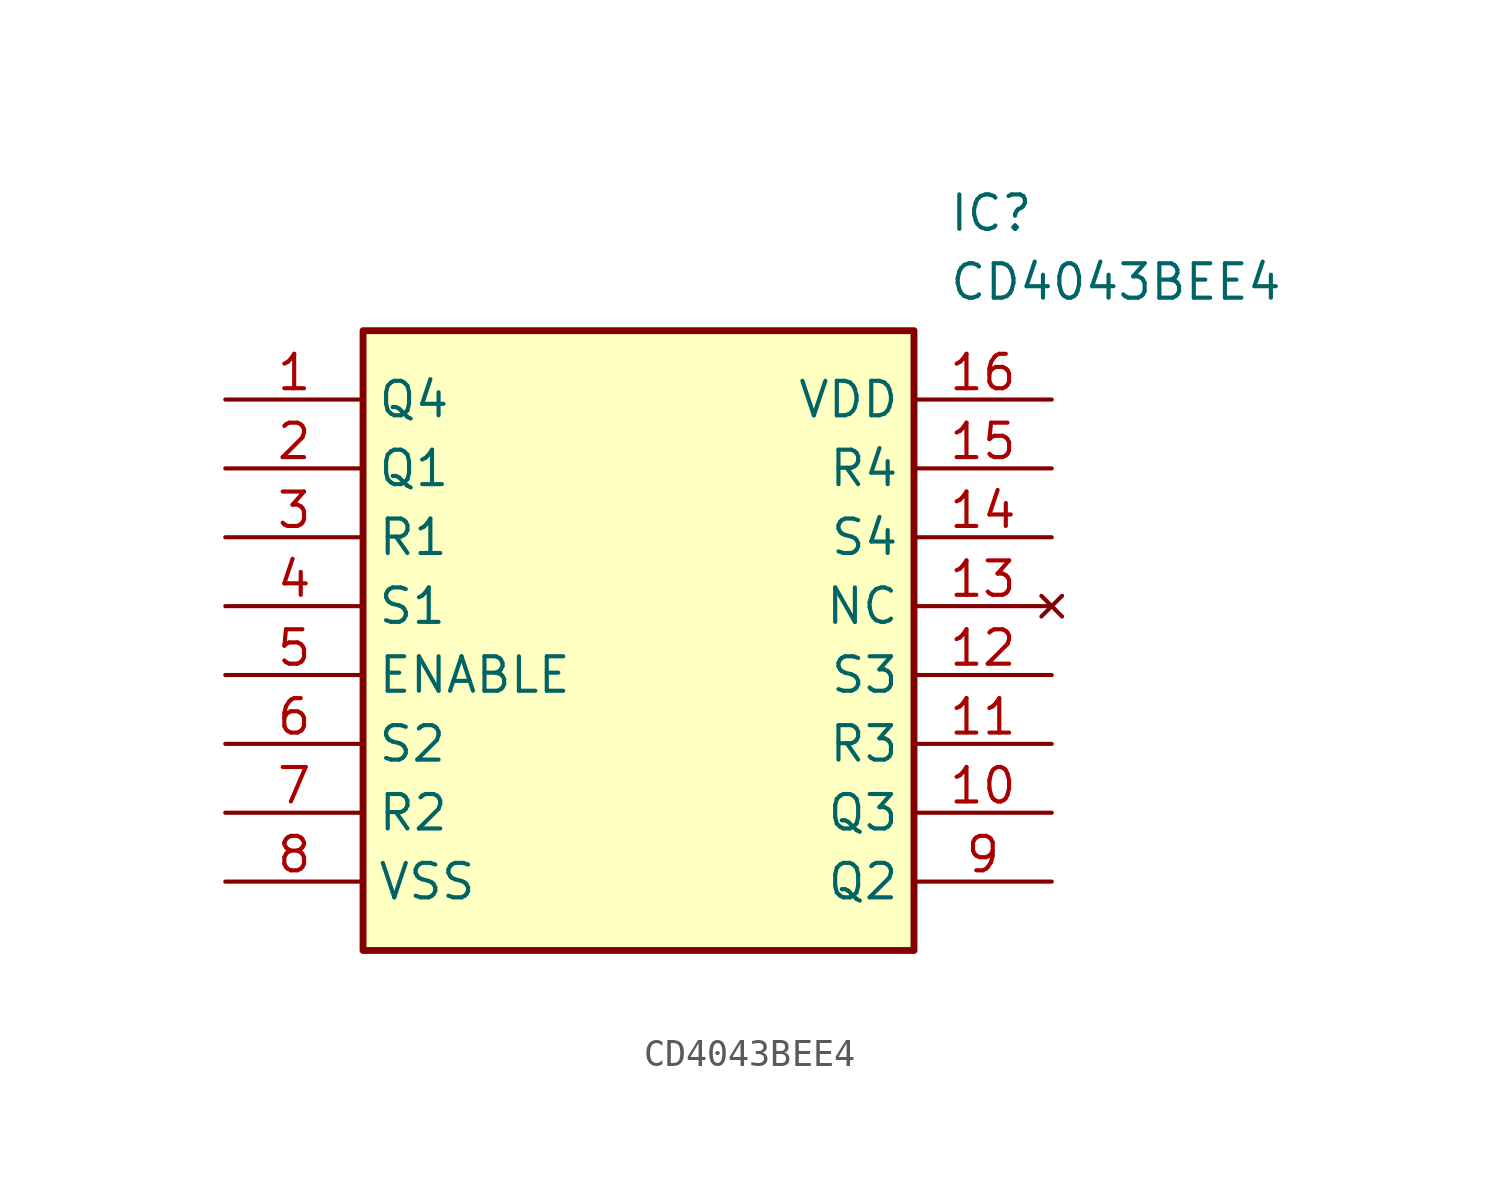
<source format=kicad_sym>
(kicad_symbol_lib
  (version 20211014)
  (generator SamacSys_ECAD_Model)
  (symbol "CD4043BEE4"
    (property "Reference" "IC"
      (at 26.67 7.62 0)
      (effects (font (size 1.27 1.27)) (justify left top)))
    (property "Value" "CD4043BEE4"
      (at 26.67 5.08 0)
      (effects (font (size 1.27 1.27)) (justify left top)))
    (rectangle
      (start 5.08 2.54)
      (end 25.4 -20.32)
      (stroke (width 0.254) (type default))
      (fill (type background)))
    (pin passive line
      (at 0 0 0)
      (length 5.08)
      (name "Q4" (effects (font (size 1.27 1.27))))
      (number "1" (effects (font (size 1.27 1.27)))))
    (pin passive line
      (at 0 -2.54 0)
      (length 5.08)
      (name "Q1" (effects (font (size 1.27 1.27))))
      (number "2" (effects (font (size 1.27 1.27)))))
    (pin passive line
      (at 0 -5.08 0)
      (length 5.08)
      (name "R1" (effects (font (size 1.27 1.27))))
      (number "3" (effects (font (size 1.27 1.27)))))
    (pin passive line
      (at 0 -7.62 0)
      (length 5.08)
      (name "S1" (effects (font (size 1.27 1.27))))
      (number "4" (effects (font (size 1.27 1.27)))))
    (pin passive line
      (at 0 -10.16 0)
      (length 5.08)
      (name "ENABLE" (effects (font (size 1.27 1.27))))
      (number "5" (effects (font (size 1.27 1.27)))))
    (pin passive line
      (at 0 -12.7 0)
      (length 5.08)
      (name "S2" (effects (font (size 1.27 1.27))))
      (number "6" (effects (font (size 1.27 1.27)))))
    (pin passive line
      (at 0 -15.24 0)
      (length 5.08)
      (name "R2" (effects (font (size 1.27 1.27))))
      (number "7" (effects (font (size 1.27 1.27)))))
    (pin passive line
      (at 0 -17.78 0)
      (length 5.08)
      (name "VSS" (effects (font (size 1.27 1.27))))
      (number "8" (effects (font (size 1.27 1.27)))))
    (pin passive line
      (at 30.48 0 180)
      (length 5.08)
      (name "VDD" (effects (font (size 1.27 1.27))))
      (number "16" (effects (font (size 1.27 1.27)))))
    (pin passive line
      (at 30.48 -2.54 180)
      (length 5.08)
      (name "R4" (effects (font (size 1.27 1.27))))
      (number "15" (effects (font (size 1.27 1.27)))))
    (pin passive line
      (at 30.48 -5.08 180)
      (length 5.08)
      (name "S4" (effects (font (size 1.27 1.27))))
      (number "14" (effects (font (size 1.27 1.27)))))
    (pin no_connect line
      (at 30.48 -7.62 180)
      (length 5.08)
      (name "NC" (effects (font (size 1.27 1.27))))
      (number "13" (effects (font (size 1.27 1.27)))))
    (pin passive line
      (at 30.48 -10.16 180)
      (length 5.08)
      (name "S3" (effects (font (size 1.27 1.27))))
      (number "12" (effects (font (size 1.27 1.27)))))
    (pin passive line
      (at 30.48 -12.7 180)
      (length 5.08)
      (name "R3" (effects (font (size 1.27 1.27))))
      (number "11" (effects (font (size 1.27 1.27)))))
    (pin passive line
      (at 30.48 -15.24 180)
      (length 5.08)
      (name "Q3" (effects (font (size 1.27 1.27))))
      (number "10" (effects (font (size 1.27 1.27)))))
    (pin passive line
      (at 30.48 -17.78 180)
      (length 5.08)
      (name "Q2" (effects (font (size 1.27 1.27))))
      (number "9" (effects (font (size 1.27 1.27)))))))
</source>
